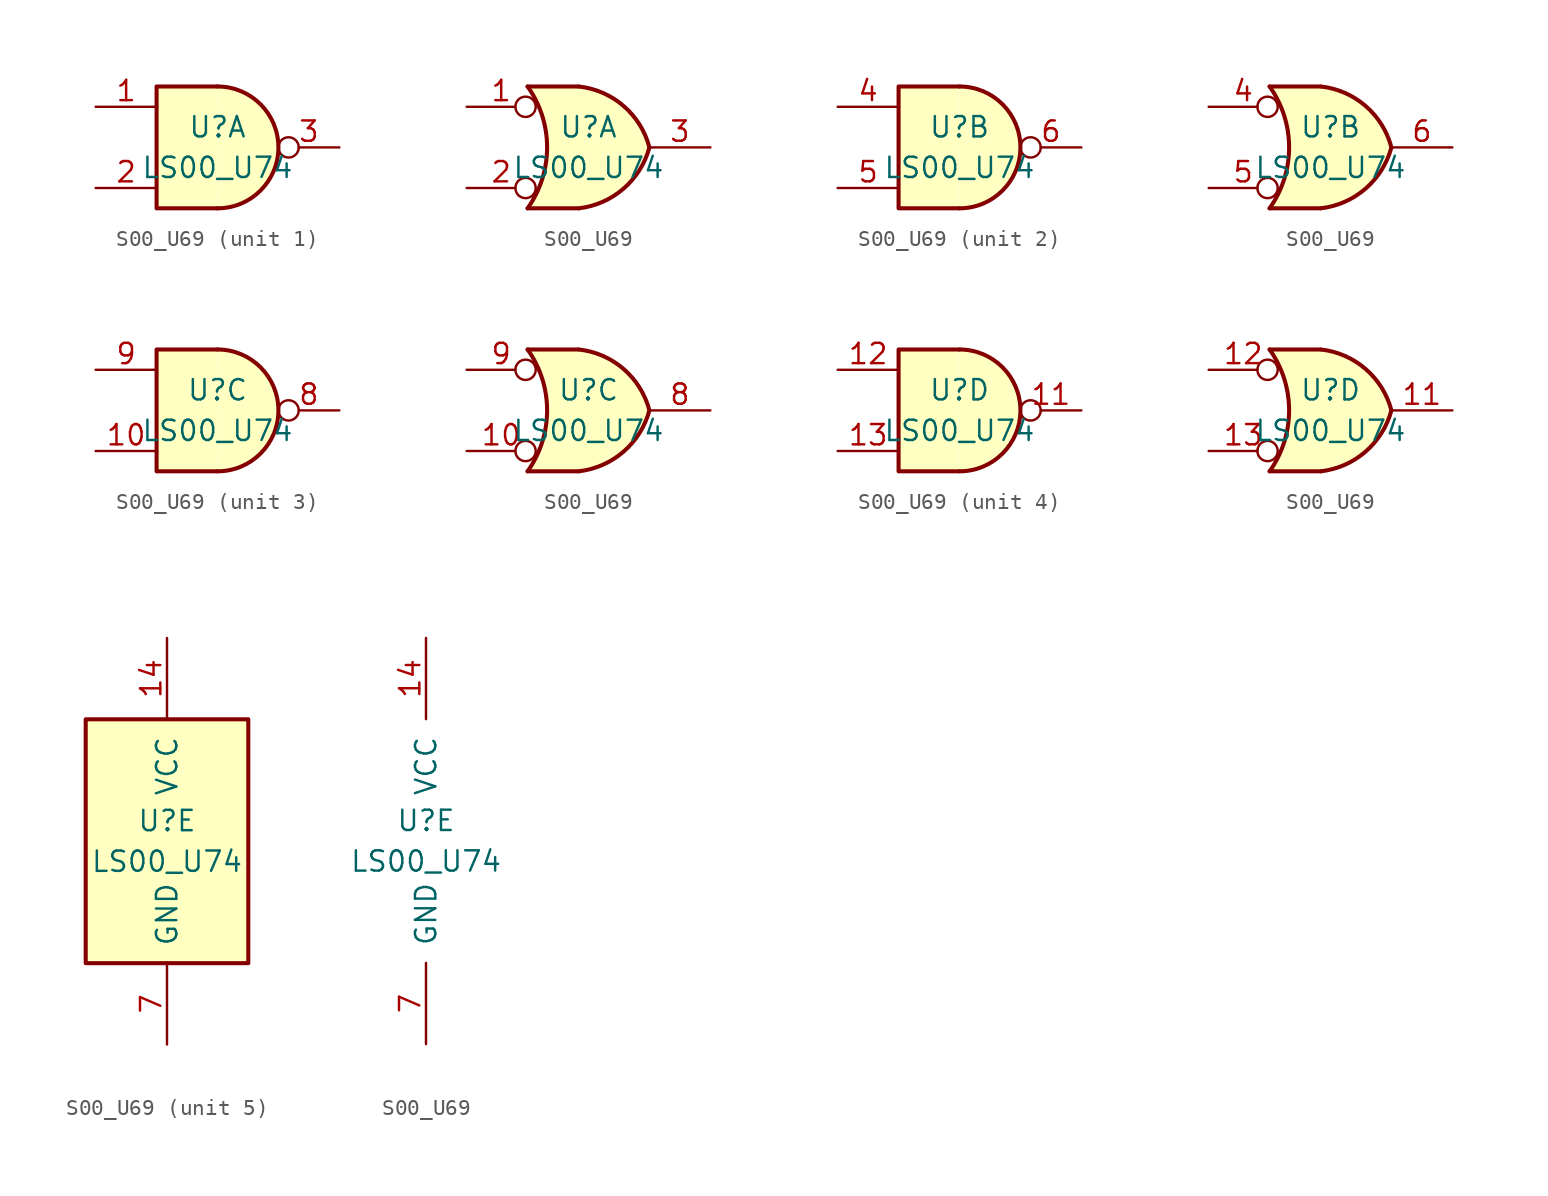
<source format=kicad_sym>
(kicad_symbol_lib
  (version 20220914)
  (generator kicad_symbol_editor)
  (symbol "S00_U69"
    (pin_names
      (offset 1.016))
    (property "Reference" "U"
      (at 0 1.27 0)
      (effects (font (size 1.27 1.27))))
    (property "Value" "LS00_U74"
      (at 0 -1.27 0)
      (effects (font (size 1.27 1.27))))
    (property "ki_locked" ""
      (at 0 0 0)
      (effects (font (size 1.27 1.27))))
    (symbol "S00_U69_1_1"
      (arc (start 0 -3.81) (mid 3.7934 0) (end 0 3.81) (stroke (width 0.254) (type default)) (fill (type background)))
      (polyline (pts (xy 0 3.81) (xy -3.81 3.81) (xy -3.81 -3.81) (xy 0 -3.81)) (stroke (width 0.254) (type default)) (fill (type background)))
      (pin input line (at -7.62 2.54 0) (length 3.81) (name "~" (effects (font (size 1.27 1.27)))) (number "1" (effects (font (size 1.27 1.27)))))
      (pin input line (at -7.62 -2.54 0) (length 3.81) (name "~" (effects (font (size 1.27 1.27)))) (number "2" (effects (font (size 1.27 1.27)))))
      (pin output inverted (at 7.62 0 180) (length 3.81) (name "~" (effects (font (size 1.27 1.27)))) (number "3" (effects (font (size 1.27 1.27))))))
    (symbol "S00_U69_1_2"
      (arc (start -3.81 -3.81) (mid -2.589 0) (end -3.81 3.81) (stroke (width 0.254) (type default)) (fill (type none)))
      (arc (start -0.6096 -3.81) (mid 2.1842 -2.5851) (end 3.81 0) (stroke (width 0.254) (type default)) (fill (type background)))
      (polyline (pts (xy -3.81 -3.81) (xy -0.635 -3.81)) (stroke (width 0.254) (type default)) (fill (type background)))
      (polyline (pts (xy -3.81 3.81) (xy -0.635 3.81)) (stroke (width 0.254) (type default)) (fill (type background)))
      (polyline (pts (xy -0.635 3.81) (xy -3.81 3.81) (xy -3.81 3.81) (xy -3.556 3.404) (xy -3.023 2.261) (xy -2.692 1.041) (xy -2.616 -0.254) (xy -2.769 -1.499) (xy -3.175 -2.718) (xy -3.81 -3.81) (xy -3.81 -3.81) (xy -0.635 -3.81)) (stroke (width -25.4) (type default)) (fill (type background)))
      (arc (start 3.81 0) (mid 2.1915 2.5936) (end -0.6096 3.81) (stroke (width 0.254) (type default)) (fill (type background)))
      (pin input inverted (at -7.62 2.54 0) (length 4.318) (name "~" (effects (font (size 1.27 1.27)))) (number "1" (effects (font (size 1.27 1.27)))))
      (pin input inverted (at -7.62 -2.54 0) (length 4.318) (name "~" (effects (font (size 1.27 1.27)))) (number "2" (effects (font (size 1.27 1.27)))))
      (pin output line (at 7.62 0 180) (length 3.81) (name "~" (effects (font (size 1.27 1.27)))) (number "3" (effects (font (size 1.27 1.27))))))
    (symbol "S00_U69_2_1"
      (arc (start 0 -3.81) (mid 3.7934 0) (end 0 3.81) (stroke (width 0.254) (type default)) (fill (type background)))
      (polyline (pts (xy 0 3.81) (xy -3.81 3.81) (xy -3.81 -3.81) (xy 0 -3.81)) (stroke (width 0.254) (type default)) (fill (type background)))
      (pin input line (at -7.62 2.54 0) (length 3.81) (name "~" (effects (font (size 1.27 1.27)))) (number "4" (effects (font (size 1.27 1.27)))))
      (pin input line (at -7.62 -2.54 0) (length 3.81) (name "~" (effects (font (size 1.27 1.27)))) (number "5" (effects (font (size 1.27 1.27)))))
      (pin output inverted (at 7.62 0 180) (length 3.81) (name "~" (effects (font (size 1.27 1.27)))) (number "6" (effects (font (size 1.27 1.27))))))
    (symbol "S00_U69_2_2"
      (arc (start -3.81 -3.81) (mid -2.589 0) (end -3.81 3.81) (stroke (width 0.254) (type default)) (fill (type none)))
      (arc (start -0.6096 -3.81) (mid 2.1842 -2.5851) (end 3.81 0) (stroke (width 0.254) (type default)) (fill (type background)))
      (polyline (pts (xy -3.81 -3.81) (xy -0.635 -3.81)) (stroke (width 0.254) (type default)) (fill (type background)))
      (polyline (pts (xy -3.81 3.81) (xy -0.635 3.81)) (stroke (width 0.254) (type default)) (fill (type background)))
      (polyline (pts (xy -0.635 3.81) (xy -3.81 3.81) (xy -3.81 3.81) (xy -3.556 3.404) (xy -3.023 2.261) (xy -2.692 1.041) (xy -2.616 -0.254) (xy -2.769 -1.499) (xy -3.175 -2.718) (xy -3.81 -3.81) (xy -3.81 -3.81) (xy -0.635 -3.81)) (stroke (width -25.4) (type default)) (fill (type background)))
      (arc (start 3.81 0) (mid 2.1915 2.5936) (end -0.6096 3.81) (stroke (width 0.254) (type default)) (fill (type background)))
      (pin input inverted (at -7.62 2.54 0) (length 4.318) (name "~" (effects (font (size 1.27 1.27)))) (number "4" (effects (font (size 1.27 1.27)))))
      (pin input inverted (at -7.62 -2.54 0) (length 4.318) (name "~" (effects (font (size 1.27 1.27)))) (number "5" (effects (font (size 1.27 1.27)))))
      (pin output line (at 7.62 0 180) (length 3.81) (name "~" (effects (font (size 1.27 1.27)))) (number "6" (effects (font (size 1.27 1.27))))))
    (symbol "S00_U69_3_1"
      (arc (start 0 -3.81) (mid 3.7934 0) (end 0 3.81) (stroke (width 0.254) (type default)) (fill (type background)))
      (polyline (pts (xy 0 3.81) (xy -3.81 3.81) (xy -3.81 -3.81) (xy 0 -3.81)) (stroke (width 0.254) (type default)) (fill (type background)))
      (pin input line (at -7.62 -2.54 0) (length 3.81) (name "~" (effects (font (size 1.27 1.27)))) (number "10" (effects (font (size 1.27 1.27)))))
      (pin output inverted (at 7.62 0 180) (length 3.81) (name "~" (effects (font (size 1.27 1.27)))) (number "8" (effects (font (size 1.27 1.27)))))
      (pin input line (at -7.62 2.54 0) (length 3.81) (name "~" (effects (font (size 1.27 1.27)))) (number "9" (effects (font (size 1.27 1.27))))))
    (symbol "S00_U69_3_2"
      (arc (start -3.81 -3.81) (mid -2.589 0) (end -3.81 3.81) (stroke (width 0.254) (type default)) (fill (type none)))
      (arc (start -0.6096 -3.81) (mid 2.1842 -2.5851) (end 3.81 0) (stroke (width 0.254) (type default)) (fill (type background)))
      (polyline (pts (xy -3.81 -3.81) (xy -0.635 -3.81)) (stroke (width 0.254) (type default)) (fill (type background)))
      (polyline (pts (xy -3.81 3.81) (xy -0.635 3.81)) (stroke (width 0.254) (type default)) (fill (type background)))
      (polyline (pts (xy -0.635 3.81) (xy -3.81 3.81) (xy -3.81 3.81) (xy -3.556 3.404) (xy -3.023 2.261) (xy -2.692 1.041) (xy -2.616 -0.254) (xy -2.769 -1.499) (xy -3.175 -2.718) (xy -3.81 -3.81) (xy -3.81 -3.81) (xy -0.635 -3.81)) (stroke (width -25.4) (type default)) (fill (type background)))
      (arc (start 3.81 0) (mid 2.1915 2.5936) (end -0.6096 3.81) (stroke (width 0.254) (type default)) (fill (type background)))
      (pin input inverted (at -7.62 -2.54 0) (length 4.318) (name "~" (effects (font (size 1.27 1.27)))) (number "10" (effects (font (size 1.27 1.27)))))
      (pin output line (at 7.62 0 180) (length 3.81) (name "~" (effects (font (size 1.27 1.27)))) (number "8" (effects (font (size 1.27 1.27)))))
      (pin input inverted (at -7.62 2.54 0) (length 4.318) (name "~" (effects (font (size 1.27 1.27)))) (number "9" (effects (font (size 1.27 1.27))))))
    (symbol "S00_U69_4_1"
      (arc (start 0 -3.81) (mid 3.7934 0) (end 0 3.81) (stroke (width 0.254) (type default)) (fill (type background)))
      (polyline (pts (xy 0 3.81) (xy -3.81 3.81) (xy -3.81 -3.81) (xy 0 -3.81)) (stroke (width 0.254) (type default)) (fill (type background)))
      (pin output inverted (at 7.62 0 180) (length 3.81) (name "~" (effects (font (size 1.27 1.27)))) (number "11" (effects (font (size 1.27 1.27)))))
      (pin input line (at -7.62 2.54 0) (length 3.81) (name "~" (effects (font (size 1.27 1.27)))) (number "12" (effects (font (size 1.27 1.27)))))
      (pin input line (at -7.62 -2.54 0) (length 3.81) (name "~" (effects (font (size 1.27 1.27)))) (number "13" (effects (font (size 1.27 1.27))))))
    (symbol "S00_U69_4_2"
      (arc (start -3.81 -3.81) (mid -2.589 0) (end -3.81 3.81) (stroke (width 0.254) (type default)) (fill (type none)))
      (arc (start -0.6096 -3.81) (mid 2.1842 -2.5851) (end 3.81 0) (stroke (width 0.254) (type default)) (fill (type background)))
      (polyline (pts (xy -3.81 -3.81) (xy -0.635 -3.81)) (stroke (width 0.254) (type default)) (fill (type background)))
      (polyline (pts (xy -3.81 3.81) (xy -0.635 3.81)) (stroke (width 0.254) (type default)) (fill (type background)))
      (polyline (pts (xy -0.635 3.81) (xy -3.81 3.81) (xy -3.81 3.81) (xy -3.556 3.404) (xy -3.023 2.261) (xy -2.692 1.041) (xy -2.616 -0.254) (xy -2.769 -1.499) (xy -3.175 -2.718) (xy -3.81 -3.81) (xy -3.81 -3.81) (xy -0.635 -3.81)) (stroke (width -25.4) (type default)) (fill (type background)))
      (arc (start 3.81 0) (mid 2.1915 2.5936) (end -0.6096 3.81) (stroke (width 0.254) (type default)) (fill (type background)))
      (pin output line (at 7.62 0 180) (length 3.81) (name "~" (effects (font (size 1.27 1.27)))) (number "11" (effects (font (size 1.27 1.27)))))
      (pin input inverted (at -7.62 2.54 0) (length 4.318) (name "~" (effects (font (size 1.27 1.27)))) (number "12" (effects (font (size 1.27 1.27)))))
      (pin input inverted (at -7.62 -2.54 0) (length 4.318) (name "~" (effects (font (size 1.27 1.27)))) (number "13" (effects (font (size 1.27 1.27))))))
    (symbol "S00_U69_5_0"
      (pin power_in line (at 0 12.7 270) (length 5.08) (name "VCC" (effects (font (size 1.27 1.27)))) (number "14" (effects (font (size 1.27 1.27)))))
      (pin power_in line (at 0 -12.7 90) (length 5.08) (name "GND" (effects (font (size 1.27 1.27)))) (number "7" (effects (font (size 1.27 1.27))))))
    (symbol "S00_U69_5_1"
      (rectangle (start -5.08 7.62) (end 5.08 -7.62) (stroke (width 0.254) (type default)) (fill (type background))))))
</source>
